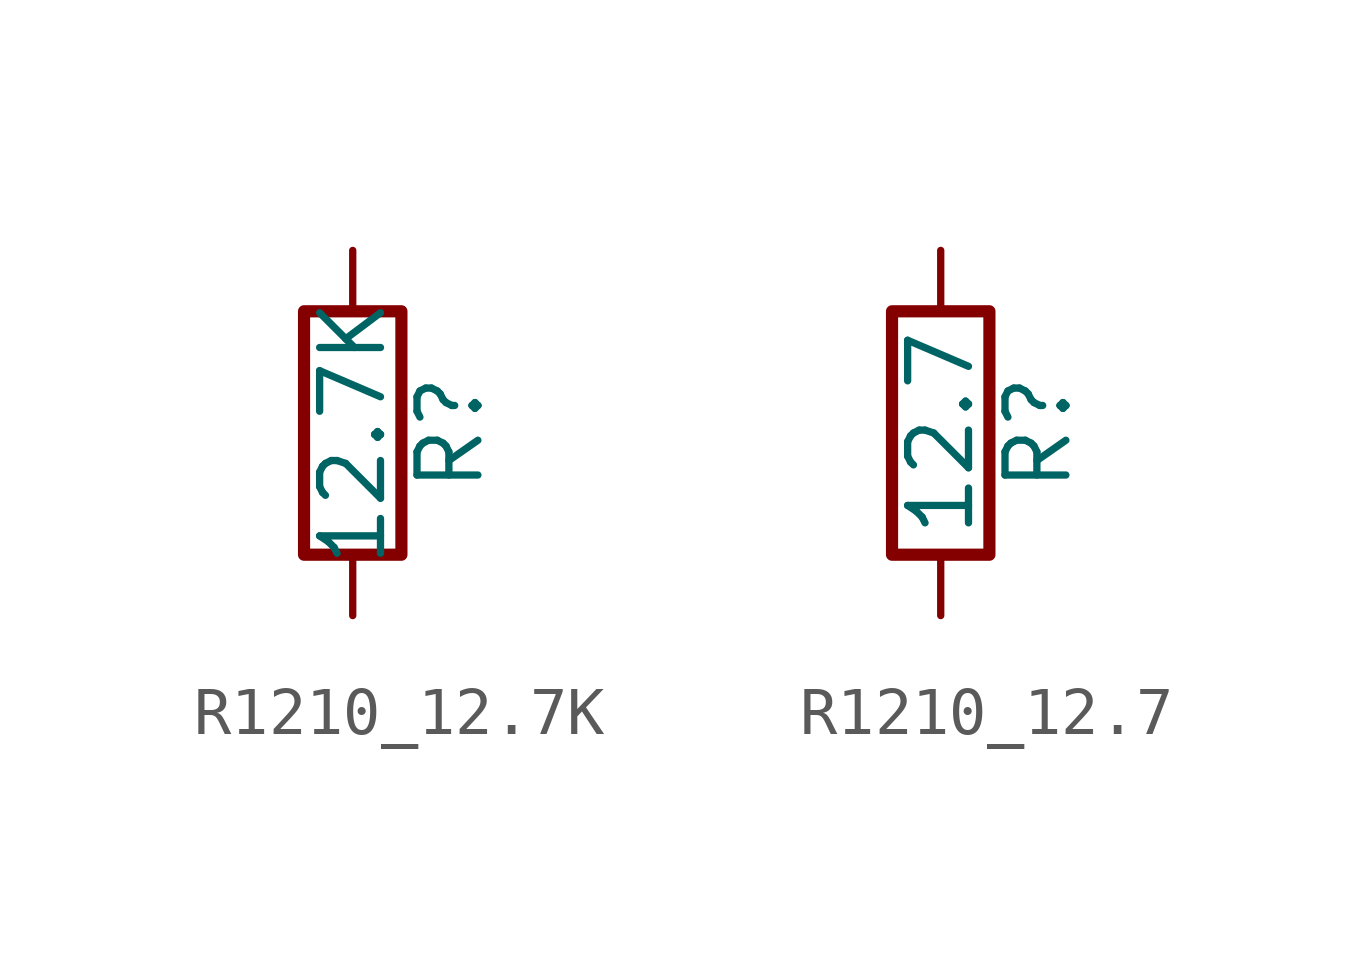
<source format=kicad_sym>
(kicad_symbol_lib
  (version 20211014)
  (generator atlantix-eda)
  (symbol "R1210_12.7K"
    (pin_numbers hide)
    (pin_names
      (offset 0))
    (property "Reference" "R"
      (at 2.032 0 90)
      (effects (font (size 1.27 1.27))))
    (property "Value" "12.7K"
      (at 0 0 90)
      (effects (font (size 1.27 1.27))))
    (symbol "R1210_12.7K_0_1"
      (rectangle (start -1.016 -2.54) (end 1.016 2.54) (stroke (width 0.254) (type default) (color 0 0 0 0)) (fill (type none))))
    (symbol "R1210_12.7K_1_1"
      (pin passive line (at 0 3.81 270) (length 1.27) (name "~" (effects (font (size 1.27 1.27)))) (number "1" (effects (font (size 1.27 1.27)))))
      (pin passive line (at 0 -3.81 90) (length 1.27) (name "~" (effects (font (size 1.27 1.27)))) (number "2" (effects (font (size 1.27 1.27)))))))
  (symbol "R1210_12.7"
    (pin_numbers hide)
    (pin_names
      (offset 0))
    (property "Reference" "R"
      (at 2.032 0 90)
      (effects (font (size 1.27 1.27))))
    (property "Value" "12.7"
      (at 0 0 90)
      (effects (font (size 1.27 1.27))))
    (symbol "R1210_12.7_0_1"
      (rectangle (start -1.016 -2.54) (end 1.016 2.54) (stroke (width 0.254) (type default) (color 0 0 0 0)) (fill (type none))))
    (symbol "R1210_12.7_1_1"
      (pin passive line (at 0 3.81 270) (length 1.27) (name "~" (effects (font (size 1.27 1.27)))) (number "1" (effects (font (size 1.27 1.27)))))
      (pin passive line (at 0 -3.81 90) (length 1.27) (name "~" (effects (font (size 1.27 1.27)))) (number "2" (effects (font (size 1.27 1.27))))))))
</source>
